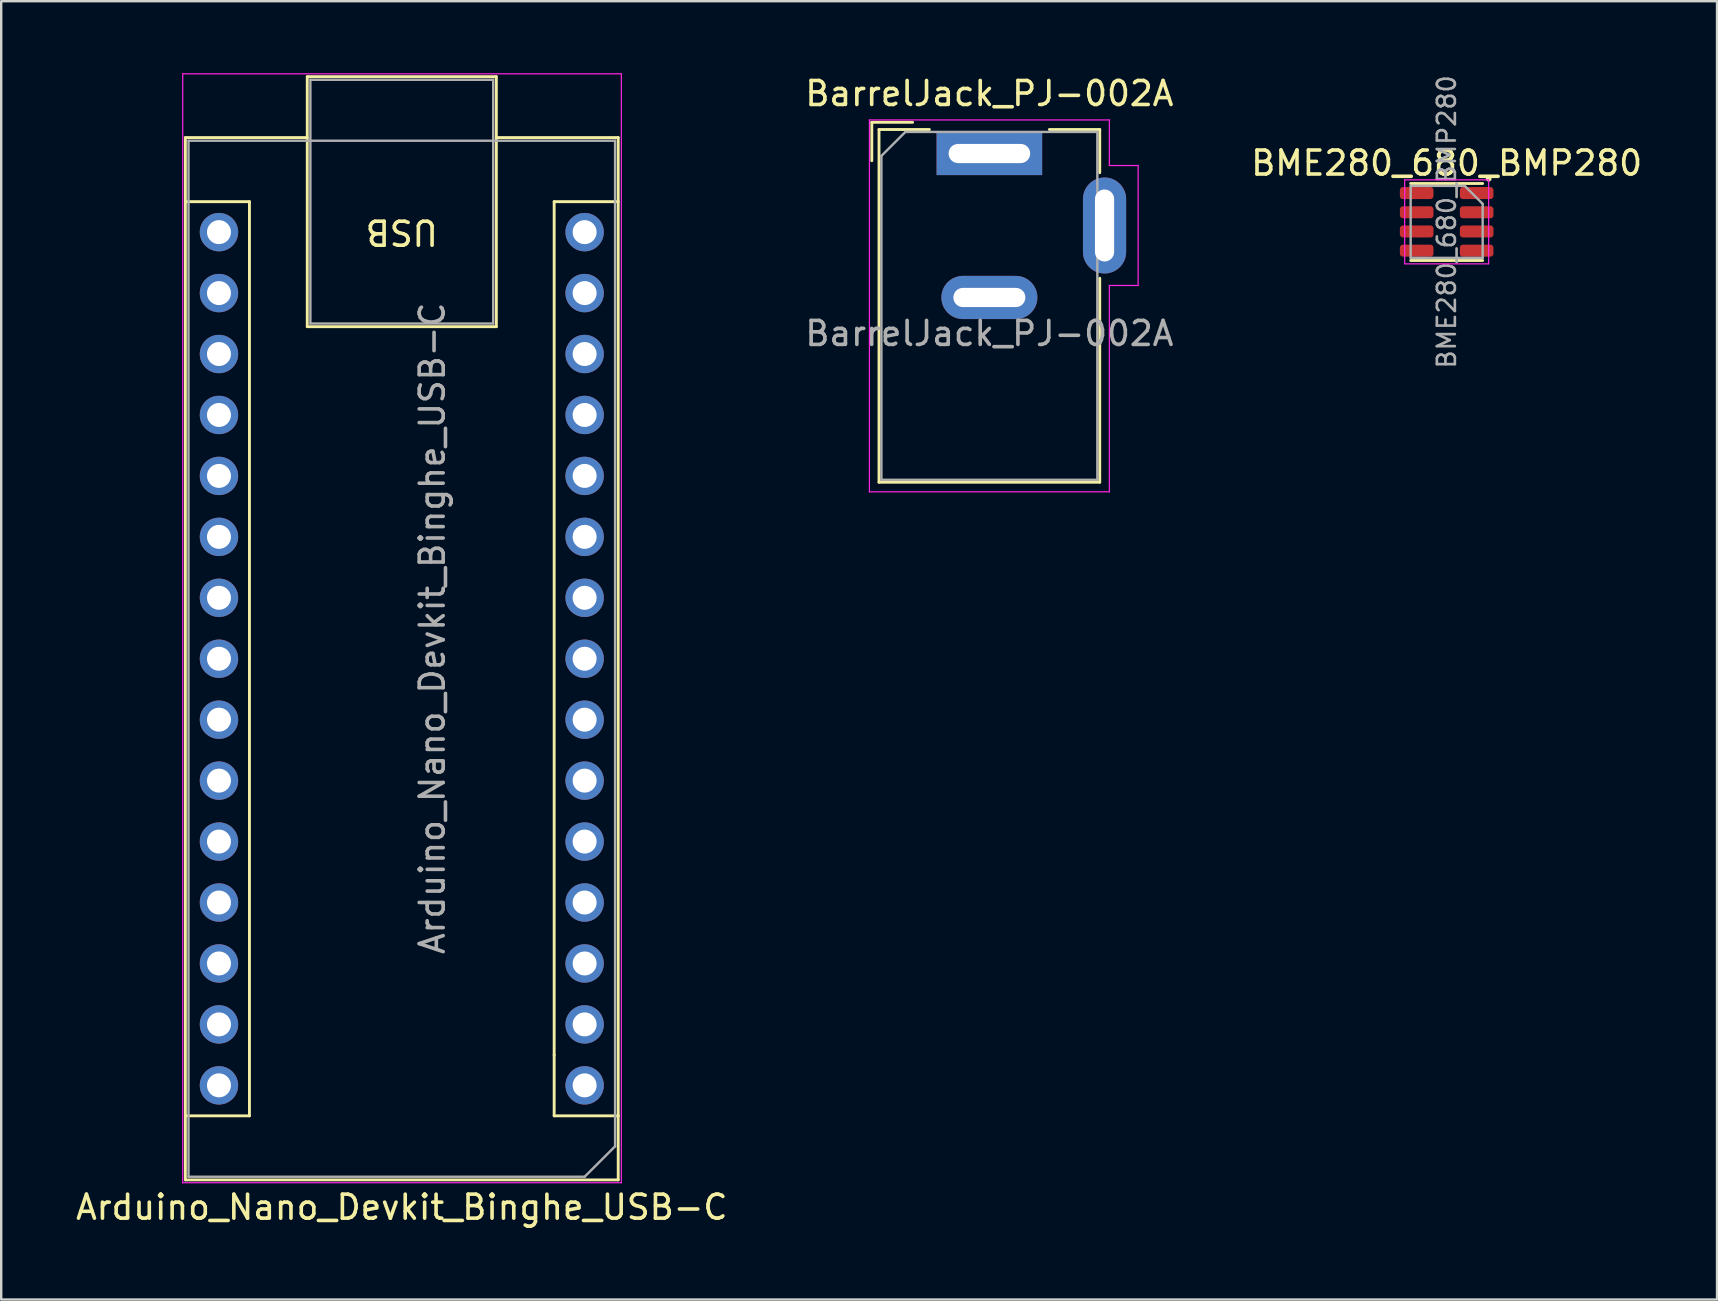
<source format=kicad_pcb>
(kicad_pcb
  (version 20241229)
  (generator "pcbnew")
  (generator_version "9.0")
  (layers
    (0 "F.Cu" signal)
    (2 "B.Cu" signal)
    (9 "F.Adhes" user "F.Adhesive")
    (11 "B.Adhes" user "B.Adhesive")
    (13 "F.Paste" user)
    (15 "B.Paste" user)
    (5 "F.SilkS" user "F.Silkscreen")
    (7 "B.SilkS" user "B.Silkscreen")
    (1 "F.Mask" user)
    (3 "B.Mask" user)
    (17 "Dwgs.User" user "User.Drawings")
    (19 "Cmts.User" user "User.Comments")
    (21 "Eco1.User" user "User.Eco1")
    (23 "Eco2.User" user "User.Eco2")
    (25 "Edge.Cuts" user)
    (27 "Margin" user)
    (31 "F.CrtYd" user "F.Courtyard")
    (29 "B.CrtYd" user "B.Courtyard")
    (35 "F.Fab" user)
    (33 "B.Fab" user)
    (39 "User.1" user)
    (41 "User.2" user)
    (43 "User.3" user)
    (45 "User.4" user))
  (footprint "Arduino_Nano_Devkit_Binghe_USB-C"
    (layer "F.Cu")
    (at 6.076 6.625)
    (property "Reference" "Arduino_Nano_Devkit_Binghe_USB-C" (at 7.62 40.64 180) (layer "F.SilkS") (effects (font (size 1 1) (thickness 0.15))))
    (attr through_hole)
    (fp_line (start -1.4 -3.94) (end -1.4 39.5) (stroke (width 0.12) (type solid)) (layer "F.SilkS"))
    (fp_line (start -1.4 -3.94) (end 3.68 -3.94) (stroke (width 0.12) (type solid)) (layer "F.SilkS"))
    (fp_line (start -1.4 39.5) (end 16.64 39.5) (stroke (width 0.12) (type solid)) (layer "F.SilkS"))
    (fp_line (start 1.27 -1.27) (end -1.4 -1.27) (stroke (width 0.12) (type solid)) (layer "F.SilkS"))
    (fp_line (start 1.27 36.83) (end -1.4 36.83) (stroke (width 0.12) (type solid)) (layer "F.SilkS"))
    (fp_line (start 1.27 36.83) (end 1.27 -1.27) (stroke (width 0.12) (type solid)) (layer "F.SilkS"))
    (fp_line (start 3.68 -6.48) (end 11.56 -6.48) (stroke (width 0.12) (type solid)) (layer "F.SilkS"))
    (fp_line (start 3.68 3.94) (end 3.68 -6.48) (stroke (width 0.12) (type solid)) (layer "F.SilkS"))
    (fp_line (start 11.56 -6.48) (end 11.56 3.94) (stroke (width 0.12) (type solid)) (layer "F.SilkS"))
    (fp_line (start 11.56 3.94) (end 3.68 3.94) (stroke (width 0.12) (type solid)) (layer "F.SilkS"))
    (fp_line (start 13.97 -1.27) (end 16.64 -1.27) (stroke (width 0.12) (type solid)) (layer "F.SilkS"))
    (fp_line (start 13.97 34.29) (end 13.97 -1.27) (stroke (width 0.12) (type solid)) (layer "F.SilkS"))
    (fp_line (start 13.97 34.29) (end 13.97 36.83) (stroke (width 0.12) (type solid)) (layer "F.SilkS"))
    (fp_line (start 13.97 36.83) (end 16.64 36.83) (stroke (width 0.12) (type solid)) (layer "F.SilkS"))
    (fp_line (start 16.64 -3.94) (end 11.56 -3.94) (stroke (width 0.12) (type solid)) (layer "F.SilkS"))
    (fp_line (start 16.64 36.83) (end 16.64 -3.94) (stroke (width 0.12) (type solid)) (layer "F.SilkS"))
    (fp_line (start 16.64 39.5) (end 16.64 36.83) (stroke (width 0.12) (type solid)) (layer "F.SilkS"))
    (fp_line (start -1.51 -6.6) (end -1.51 39.62) (stroke (width 0.05) (type solid)) (layer "F.CrtYd"))
    (fp_line (start -1.51 -6.6) (end 16.77 -6.6) (stroke (width 0.05) (type solid)) (layer "F.CrtYd"))
    (fp_line (start 16.77 39.62) (end -1.51 39.62) (stroke (width 0.05) (type solid)) (layer "F.CrtYd"))
    (fp_line (start 16.77 39.62) (end 16.77 -6.6) (stroke (width 0.05) (type solid)) (layer "F.CrtYd"))
    (fp_line (start -1.27 -3.81) (end 16.51 -3.81) (stroke (width 0.1) (type solid)) (layer "F.Fab"))
    (fp_line (start -1.27 39.37) (end -1.27 -3.81) (stroke (width 0.1) (type solid)) (layer "F.Fab"))
    (fp_line (start 3.81 -6.35) (end 11.43 -6.35) (stroke (width 0.1) (type solid)) (layer "F.Fab"))
    (fp_line (start 3.81 3.81) (end 3.81 -6.35) (stroke (width 0.1) (type solid)) (layer "F.Fab"))
    (fp_line (start 11.43 -6.35) (end 11.43 3.81) (stroke (width 0.1) (type solid)) (layer "F.Fab"))
    (fp_line (start 11.43 3.81) (end 3.81 3.81) (stroke (width 0.1) (type solid)) (layer "F.Fab"))
    (fp_line (start 15.24 39.37) (end -1.27 39.37) (stroke (width 0.1) (type solid)) (layer "F.Fab"))
    (fp_line (start 16.51 -3.81) (end 16.51 38.1) (stroke (width 0.1) (type solid)) (layer "F.Fab"))
    (fp_line (start 16.51 38.1) (end 15.24 39.37) (stroke (width 0.1) (type solid)) (layer "F.Fab"))
    (fp_text user "USB" (at 7.62 0 180) (unlocked yes) (layer "F.SilkS") (effects (font (size 1 1) (thickness 0.15))))
    (fp_text user "${REFERENCE}" (at 8.89 16.51 270) (layer "F.Fab") (effects (font (size 1 1) (thickness 0.15))))
    (pad "1" thru_hole oval (at 0 0 180) (size 1.6 1.6) (drill 1) (layers "*.Cu" "*.Mask"))
    (pad "2" thru_hole oval (at 0 2.54 180) (size 1.6 1.6) (drill 1) (layers "*.Cu" "*.Mask"))
    (pad "3" thru_hole oval (at 0 5.08 180) (size 1.6 1.6) (drill 1) (layers "*.Cu" "*.Mask"))
    (pad "4" thru_hole oval (at 0 7.62 180) (size 1.6 1.6) (drill 1) (layers "*.Cu" "*.Mask"))
    (pad "5" thru_hole oval (at 0 10.16 180) (size 1.6 1.6) (drill 1) (layers "*.Cu" "*.Mask"))
    (pad "6" thru_hole oval (at 0 12.7 180) (size 1.6 1.6) (drill 1) (layers "*.Cu" "*.Mask"))
    (pad "7" thru_hole oval (at 0 15.24 180) (size 1.6 1.6) (drill 1) (layers "*.Cu" "*.Mask"))
    (pad "8" thru_hole oval (at 0 17.78 180) (size 1.6 1.6) (drill 1) (layers "*.Cu" "*.Mask"))
    (pad "9" thru_hole oval (at 0 20.32 180) (size 1.6 1.6) (drill 1) (layers "*.Cu" "*.Mask"))
    (pad "10" thru_hole oval (at 0 22.86 180) (size 1.6 1.6) (drill 1) (layers "*.Cu" "*.Mask"))
    (pad "11" thru_hole oval (at 0 25.4 180) (size 1.6 1.6) (drill 1) (layers "*.Cu" "*.Mask"))
    (pad "12" thru_hole oval (at 0 27.94 180) (size 1.6 1.6) (drill 1) (layers "*.Cu" "*.Mask"))
    (pad "13" thru_hole oval (at 0 30.48 180) (size 1.6 1.6) (drill 1) (layers "*.Cu" "*.Mask"))
    (pad "14" thru_hole oval (at 0 33.02 180) (size 1.6 1.6) (drill 1) (layers "*.Cu" "*.Mask"))
    (pad "15" thru_hole oval (at 0 35.56 180) (size 1.6 1.6) (drill 1) (layers "*.Cu" "*.Mask"))
    (pad "16" thru_hole circle (at 15.24 35.56 180) (size 1.6 1.6) (drill 1) (layers "*.Cu" "*.Mask"))
    (pad "17" thru_hole oval (at 15.24 33.02 180) (size 1.6 1.6) (drill 1) (layers "*.Cu" "*.Mask"))
    (pad "18" thru_hole oval (at 15.24 30.48 180) (size 1.6 1.6) (drill 1) (layers "*.Cu" "*.Mask"))
    (pad "19" thru_hole oval (at 15.24 27.94 180) (size 1.6 1.6) (drill 1) (layers "*.Cu" "*.Mask"))
    (pad "20" thru_hole oval (at 15.24 25.4 180) (size 1.6 1.6) (drill 1) (layers "*.Cu" "*.Mask"))
    (pad "21" thru_hole oval (at 15.24 22.86 180) (size 1.6 1.6) (drill 1) (layers "*.Cu" "*.Mask"))
    (pad "22" thru_hole oval (at 15.24 20.32 180) (size 1.6 1.6) (drill 1) (layers "*.Cu" "*.Mask"))
    (pad "23" thru_hole oval (at 15.24 17.78 180) (size 1.6 1.6) (drill 1) (layers "*.Cu" "*.Mask"))
    (pad "24" thru_hole oval (at 15.24 15.24 180) (size 1.6 1.6) (drill 1) (layers "*.Cu" "*.Mask"))
    (pad "25" thru_hole oval (at 15.24 12.7 180) (size 1.6 1.6) (drill 1) (layers "*.Cu" "*.Mask"))
    (pad "26" thru_hole oval (at 15.24 10.16 180) (size 1.6 1.6) (drill 1) (layers "*.Cu" "*.Mask"))
    (pad "27" thru_hole oval (at 15.24 7.62 180) (size 1.6 1.6) (drill 1) (layers "*.Cu" "*.Mask"))
    (pad "28" thru_hole oval (at 15.24 5.08 180) (size 1.6 1.6) (drill 1) (layers "*.Cu" "*.Mask"))
    (pad "29" thru_hole oval (at 15.24 2.54 180) (size 1.6 1.6) (drill 1) (layers "*.Cu" "*.Mask"))
    (pad "30" thru_hole oval (at 15.24 0 180) (size 1.6 1.6) (drill 1) (layers "*.Cu" "*.Mask")))
  (footprint "BME280_680_BMP280"
    (layer "F.Cu")
    (at 57.244 6.197)
    (property "Reference" "BME280_680_BMP280" (at 0 -2.45 0) (layer "F.SilkS") (effects (font (size 1 1) (thickness 0.15))))
    (attr smd)
    (fp_line (start 1.5 -1.6) (end -1.5 -1.6) (stroke (width 0.12) (type solid)) (layer "F.SilkS"))
    (fp_line (start 1.5 1.61) (end -1.5 1.61) (stroke (width 0.12) (type solid)) (layer "F.SilkS"))
    (fp_circle (center 1.75 -1.8) (end 1.7 -1.766) (stroke (width 0.12) (type solid)) (fill no) (layer "F.SilkS"))
    (fp_line (start -1.75 -1.75) (end -1.75 1.75) (stroke (width 0.05) (type solid)) (layer "F.CrtYd"))
    (fp_line (start -1.75 1.75) (end 1.75 1.75) (stroke (width 0.05) (type solid)) (layer "F.CrtYd"))
    (fp_line (start 1.75 -1.75) (end -1.75 -1.75) (stroke (width 0.05) (type solid)) (layer "F.CrtYd"))
    (fp_line (start 1.75 1.75) (end 1.75 -1.75) (stroke (width 0.05) (type solid)) (layer "F.CrtYd"))
    (fp_line (start -1.5 -1.5) (end 0.75 -1.5) (stroke (width 0.1) (type solid)) (layer "F.Fab"))
    (fp_line (start -1.5 1.5) (end -1.5 -1.5) (stroke (width 0.1) (type solid)) (layer "F.Fab"))
    (fp_line (start 0.75 -1.5) (end 1.5 -0.75) (stroke (width 0.1) (type solid)) (layer "F.Fab"))
    (fp_line (start 1.5 -0.75) (end 1.5 1.5) (stroke (width 0.1) (type solid)) (layer "F.Fab"))
    (fp_line (start 1.5 1.5) (end -1.5 1.5) (stroke (width 0.1) (type solid)) (layer "F.Fab"))
    (fp_text user "${REFERENCE}" (at 0 0 270) (layer "F.Fab") (effects (font (size 0.75 0.75) (thickness 0.11))))
    (pad "1" smd roundrect (at 1.25 -1.2 270) (size 0.5 1.4) (layers "F.Cu" "F.Mask" "F.Paste") (roundrect_rratio 0.25))
    (pad "2" smd roundrect (at 1.25 -0.4 270) (size 0.5 1.4) (layers "F.Cu" "F.Mask" "F.Paste") (roundrect_rratio 0.25))
    (pad "3" smd roundrect (at 1.25 0.4 270) (size 0.5 1.4) (layers "F.Cu" "F.Mask" "F.Paste") (roundrect_rratio 0.25))
    (pad "4" smd roundrect (at 1.25 1.2 270) (size 0.5 1.4) (layers "F.Cu" "F.Mask" "F.Paste") (roundrect_rratio 0.25))
    (pad "5" smd roundrect (at -1.25 1.2 270) (size 0.5 1.4) (layers "F.Cu" "F.Mask" "F.Paste") (roundrect_rratio 0.25))
    (pad "6" smd roundrect (at -1.25 0.4 270) (size 0.5 1.4) (layers "F.Cu" "F.Mask" "F.Paste") (roundrect_rratio 0.25))
    (pad "7" smd roundrect (at -1.25 -0.4 270) (size 0.5 1.4) (layers "F.Cu" "F.Mask" "F.Paste") (roundrect_rratio 0.25))
    (pad "8" smd roundrect (at -1.25 -1.2 270) (size 0.5 1.4) (layers "F.Cu" "F.Mask" "F.Paste") (roundrect_rratio 0.25)))
  (footprint "BarrelJack_PJ-002A"
    (layer "F.Cu")
    (at 38.185 3.348)
    (property "Reference" "BarrelJack_PJ-002A" (at 0 -2.5 0) (layer "F.SilkS") (effects (font (size 1 1) (thickness 0.15))))
    (attr through_hole)
    (fp_line (start -4.9 -1.3) (end -4.9 0.3) (stroke (width 0.12) (type solid)) (layer "F.SilkS"))
    (fp_line (start -4.6 -1) (end -2.5 -1) (stroke (width 0.12) (type solid)) (layer "F.SilkS"))
    (fp_line (start -4.6 13.7) (end -4.6 -1) (stroke (width 0.12) (type solid)) (layer "F.SilkS"))
    (fp_line (start -3.2 -1.3) (end -4.9 -1.3) (stroke (width 0.12) (type solid)) (layer "F.SilkS"))
    (fp_line (start 2.5 -1) (end 4.6 -1) (stroke (width 0.12) (type solid)) (layer "F.SilkS"))
    (fp_line (start 4.6 -1) (end 4.6 0.8) (stroke (width 0.12) (type solid)) (layer "F.SilkS"))
    (fp_line (start 4.6 5.2) (end 4.6 13.7) (stroke (width 0.12) (type solid)) (layer "F.SilkS"))
    (fp_line (start 4.6 13.7) (end -4.6 13.7) (stroke (width 0.12) (type solid)) (layer "F.SilkS"))
    (fp_line (start -5 -1.4) (end -5 14.1) (stroke (width 0.05) (type solid)) (layer "F.CrtYd"))
    (fp_line (start -5 14.1) (end 5 14.1) (stroke (width 0.05) (type solid)) (layer "F.CrtYd"))
    (fp_line (start 5 -1.4) (end -5 -1.4) (stroke (width 0.05) (type solid)) (layer "F.CrtYd"))
    (fp_line (start 5 0.5) (end 5 -1.4) (stroke (width 0.05) (type solid)) (layer "F.CrtYd"))
    (fp_line (start 5 14.1) (end 5 5.5) (stroke (width 0.05) (type solid)) (layer "F.CrtYd"))
    (fp_line (start 6.2 0.5) (end 5 0.5) (stroke (width 0.05) (type solid)) (layer "F.CrtYd"))
    (fp_line (start 6.2 0.5) (end 6.2 5.5) (stroke (width 0.05) (type solid)) (layer "F.CrtYd"))
    (fp_line (start 6.2 5.5) (end 5 5.5) (stroke (width 0.05) (type solid)) (layer "F.CrtYd"))
    (fp_line (start -4.5 0.1) (end -3.5 -0.9) (stroke (width 0.1) (type solid)) (layer "F.Fab"))
    (fp_line (start -4.5 13.6) (end -4.5 0.1) (stroke (width 0.1) (type solid)) (layer "F.Fab"))
    (fp_line (start 4.5 -0.9) (end -3.5 -0.9) (stroke (width 0.1) (type solid)) (layer "F.Fab"))
    (fp_line (start 4.5 -0.9) (end 4.5 13.6) (stroke (width 0.1) (type solid)) (layer "F.Fab"))
    (fp_line (start 4.5 13.6) (end -4.5 13.6) (stroke (width 0.1) (type solid)) (layer "F.Fab"))
    (fp_text user "${REFERENCE}" (at 0 7.5 0) (layer "F.Fab") (effects (font (size 1 1) (thickness 0.15))))
    (pad "1" thru_hole rect (at 0 0) (size 4.4 1.8) (drill oval 3.4 0.8) (layers "*.Cu" "*.Mask"))
    (pad "2" thru_hole oval (at 0 6) (size 4 1.8) (drill oval 3 0.8) (layers "*.Cu" "*.Mask"))
    (pad "3" thru_hole oval (at 4.8 3 90) (size 4 1.8) (drill oval 3 0.8) (layers "*.Cu" "*.Mask")))
  (gr_rect
    (start -3 -3)
    (end 68.512 51.113)
    (stroke (width 0.1) (type default))
    (fill no)
    (layer "Edge.Cuts")))
</source>
